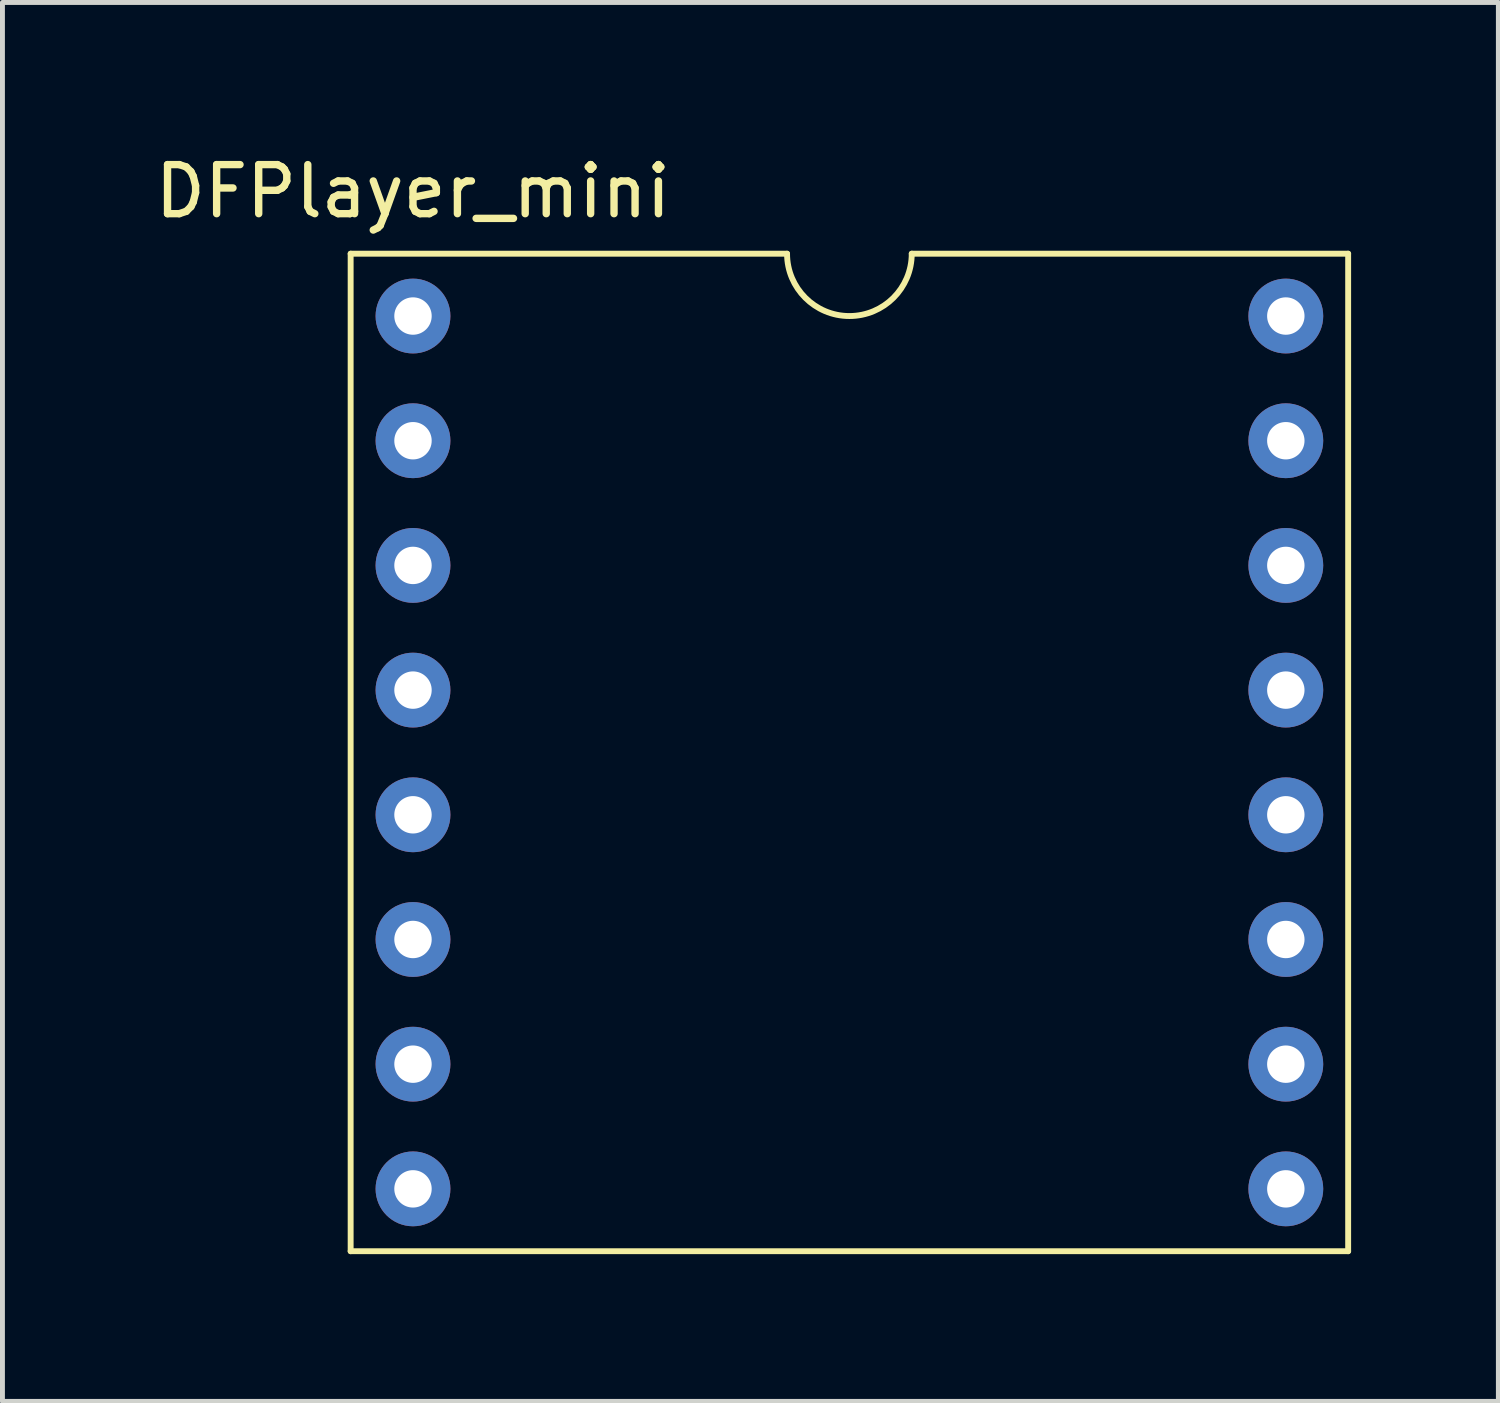
<source format=kicad_pcb>
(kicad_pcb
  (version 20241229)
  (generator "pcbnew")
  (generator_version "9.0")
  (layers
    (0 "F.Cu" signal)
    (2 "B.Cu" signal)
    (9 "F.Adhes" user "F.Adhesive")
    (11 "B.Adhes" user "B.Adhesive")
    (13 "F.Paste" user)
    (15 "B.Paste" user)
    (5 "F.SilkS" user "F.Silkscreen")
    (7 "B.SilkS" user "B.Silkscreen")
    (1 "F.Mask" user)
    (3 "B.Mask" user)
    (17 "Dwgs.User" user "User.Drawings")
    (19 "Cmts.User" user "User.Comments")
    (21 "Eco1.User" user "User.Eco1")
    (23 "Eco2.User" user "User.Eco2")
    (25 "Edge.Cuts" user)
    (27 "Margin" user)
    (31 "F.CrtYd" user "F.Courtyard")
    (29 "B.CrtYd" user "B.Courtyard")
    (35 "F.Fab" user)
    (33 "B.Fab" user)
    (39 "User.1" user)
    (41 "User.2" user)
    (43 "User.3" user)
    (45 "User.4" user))
  (footprint "DFPlayer_mini"
    (layer "F.Cu")
    (at 5.363 3.388)
    (property "Reference" "DFPlayer_mini" (at 0 -2.54 0) (layer "F.SilkS") (effects (font (size 1 1) (thickness 0.15))))
    (attr through_hole)
    (fp_line (start -1.27 -1.27) (end -1.27 19.05) (stroke (width 0.12) (type solid)) (layer "F.SilkS"))
    (fp_line (start -1.27 -1.27) (end 7.62 -1.27) (stroke (width 0.12) (type solid)) (layer "F.SilkS"))
    (fp_line (start -1.27 19.05) (end 19.05 19.05) (stroke (width 0.12) (type solid)) (layer "F.SilkS"))
    (fp_line (start 19.05 -1.27) (end 10.16 -1.27) (stroke (width 0.12) (type solid)) (layer "F.SilkS"))
    (fp_line (start 19.05 19.05) (end 19.05 -1.27) (stroke (width 0.12) (type solid)) (layer "F.SilkS"))
    (fp_arc (start 10.16 -1.27) (mid 8.89 0) (end 7.62 -1.27) (stroke (width 0.12) (type solid)) (layer "F.SilkS"))
    (pad "1" thru_hole circle (at 0 0) (size 1.524 1.524) (drill 0.762) (layers "*.Cu" "*.Mask"))
    (pad "2" thru_hole circle (at 0 2.54) (size 1.524 1.524) (drill 0.762) (layers "*.Cu" "*.Mask"))
    (pad "3" thru_hole circle (at 0 5.08) (size 1.524 1.524) (drill 0.762) (layers "*.Cu" "*.Mask"))
    (pad "4" thru_hole circle (at 0 7.62) (size 1.524 1.524) (drill 0.762) (layers "*.Cu" "*.Mask"))
    (pad "5" thru_hole circle (at 0 10.16) (size 1.524 1.524) (drill 0.762) (layers "*.Cu" "*.Mask"))
    (pad "6" thru_hole circle (at 0 12.7) (size 1.524 1.524) (drill 0.762) (layers "*.Cu" "*.Mask"))
    (pad "7" thru_hole circle (at 0 15.24) (size 1.524 1.524) (drill 0.762) (layers "*.Cu" "*.Mask"))
    (pad "8" thru_hole circle (at 0 17.78) (size 1.524 1.524) (drill 0.762) (layers "*.Cu" "*.Mask"))
    (pad "9" thru_hole circle (at 17.78 17.78) (size 1.524 1.524) (drill 0.762) (layers "*.Cu" "*.Mask"))
    (pad "10" thru_hole circle (at 17.78 15.24) (size 1.524 1.524) (drill 0.762) (layers "*.Cu" "*.Mask"))
    (pad "11" thru_hole circle (at 17.78 12.7) (size 1.524 1.524) (drill 0.762) (layers "*.Cu" "*.Mask"))
    (pad "12" thru_hole circle (at 17.78 10.16) (size 1.524 1.524) (drill 0.762) (layers "*.Cu" "*.Mask"))
    (pad "13" thru_hole circle (at 17.78 7.62) (size 1.524 1.524) (drill 0.762) (layers "*.Cu" "*.Mask"))
    (pad "14" thru_hole circle (at 17.78 5.08) (size 1.524 1.524) (drill 0.762) (layers "*.Cu" "*.Mask"))
    (pad "15" thru_hole circle (at 17.78 2.54) (size 1.524 1.524) (drill 0.762) (layers "*.Cu" "*.Mask"))
    (pad "16" thru_hole circle (at 17.78 0) (size 1.524 1.524) (drill 0.762) (layers "*.Cu" "*.Mask")))
  (gr_rect
    (start -3 -3)
    (end 27.473 25.498)
    (stroke (width 0.1) (type default))
    (fill no)
    (layer "Edge.Cuts")))
</source>
